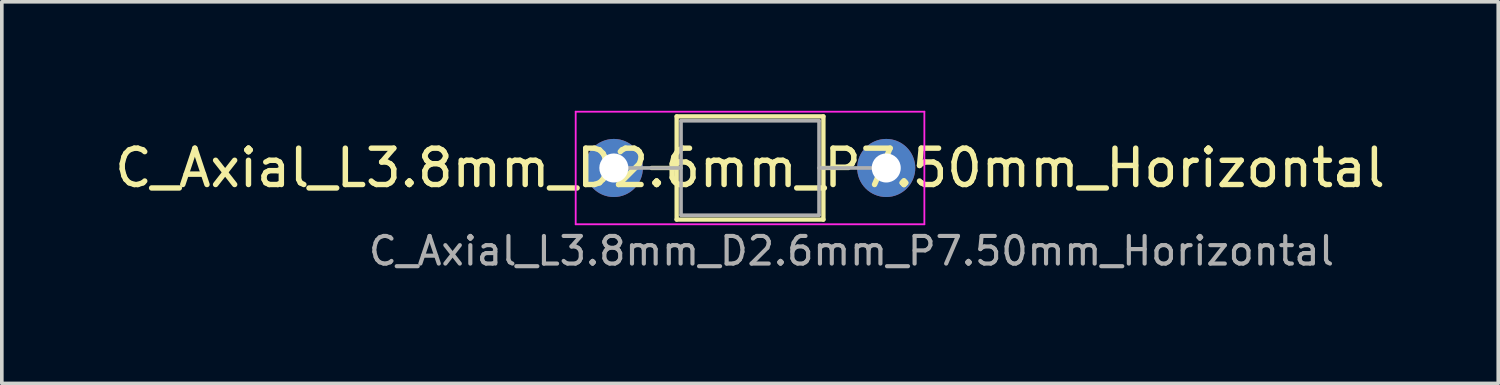
<source format=kicad_pcb>
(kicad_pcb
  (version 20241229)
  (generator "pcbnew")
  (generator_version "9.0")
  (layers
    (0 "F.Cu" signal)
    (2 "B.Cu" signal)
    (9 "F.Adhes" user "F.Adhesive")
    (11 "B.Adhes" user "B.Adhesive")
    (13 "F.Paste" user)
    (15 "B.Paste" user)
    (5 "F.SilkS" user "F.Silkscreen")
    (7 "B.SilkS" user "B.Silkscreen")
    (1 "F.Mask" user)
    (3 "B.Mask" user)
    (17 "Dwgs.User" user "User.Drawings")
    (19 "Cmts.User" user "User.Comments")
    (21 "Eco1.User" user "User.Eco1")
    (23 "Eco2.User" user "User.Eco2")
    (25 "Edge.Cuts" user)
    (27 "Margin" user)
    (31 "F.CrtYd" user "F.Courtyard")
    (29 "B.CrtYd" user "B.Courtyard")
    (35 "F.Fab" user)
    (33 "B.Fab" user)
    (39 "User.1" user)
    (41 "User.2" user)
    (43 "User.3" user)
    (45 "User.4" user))
  (footprint "C_Axial_L3.8mm_D2.6mm_P7.50mm_Horizontal"
    (layer "F.Cu")
    (at 13.851 1.575)
    (property "Reference" "C_Axial_L3.8mm_D2.6mm_P7.50mm_Horizontal" (at 3.75 0 0) (layer "F.SilkS") (effects (font (size 1 1) (thickness 0.15))))
    (attr through_hole)
    (fp_line (start 1.04 0) (end 1.73 0) (stroke (width 0.12) (type solid)) (layer "F.SilkS"))
    (fp_line (start 1.73 -1.42) (end 1.73 1.42) (stroke (width 0.12) (type solid)) (layer "F.SilkS"))
    (fp_line (start 1.73 1.42) (end 5.77 1.42) (stroke (width 0.12) (type solid)) (layer "F.SilkS"))
    (fp_line (start 5.77 -1.42) (end 1.73 -1.42) (stroke (width 0.12) (type solid)) (layer "F.SilkS"))
    (fp_line (start 5.77 1.42) (end 5.77 -1.42) (stroke (width 0.12) (type solid)) (layer "F.SilkS"))
    (fp_line (start 6.46 0) (end 5.77 0) (stroke (width 0.12) (type solid)) (layer "F.SilkS"))
    (fp_line (start -1.05 -1.55) (end -1.05 1.55) (stroke (width 0.05) (type solid)) (layer "F.CrtYd"))
    (fp_line (start -1.05 1.55) (end 8.55 1.55) (stroke (width 0.05) (type solid)) (layer "F.CrtYd"))
    (fp_line (start 8.55 -1.55) (end -1.05 -1.55) (stroke (width 0.05) (type solid)) (layer "F.CrtYd"))
    (fp_line (start 8.55 1.55) (end 8.55 -1.55) (stroke (width 0.05) (type solid)) (layer "F.CrtYd"))
    (fp_line (start 0 0) (end 1.85 0) (stroke (width 0.1) (type solid)) (layer "F.Fab"))
    (fp_line (start 1.85 -1.3) (end 1.85 1.3) (stroke (width 0.1) (type solid)) (layer "F.Fab"))
    (fp_line (start 1.85 1.3) (end 5.65 1.3) (stroke (width 0.1) (type solid)) (layer "F.Fab"))
    (fp_line (start 5.65 -1.3) (end 1.85 -1.3) (stroke (width 0.1) (type solid)) (layer "F.Fab"))
    (fp_line (start 5.65 1.3) (end 5.65 -1.3) (stroke (width 0.1) (type solid)) (layer "F.Fab"))
    (fp_line (start 7.5 0) (end 5.65 0) (stroke (width 0.1) (type solid)) (layer "F.Fab"))
    (fp_text user "${REFERENCE}" (at 6.544 2.286 0) (layer "F.Fab") (effects (font (size 0.76 0.76) (thickness 0.114))))
    (pad "1" thru_hole circle (at 0 0) (size 1.6 1.6) (drill 0.8) (layers "*.Cu" "*.Mask"))
    (pad "2" thru_hole oval (at 7.5 0) (size 1.6 1.6) (drill 0.8) (layers "*.Cu" "*.Mask")))
  (gr_rect
    (start -3 -3)
    (end 38.202 7.506)
    (stroke (width 0.1) (type default))
    (fill no)
    (layer "Edge.Cuts")))
</source>
